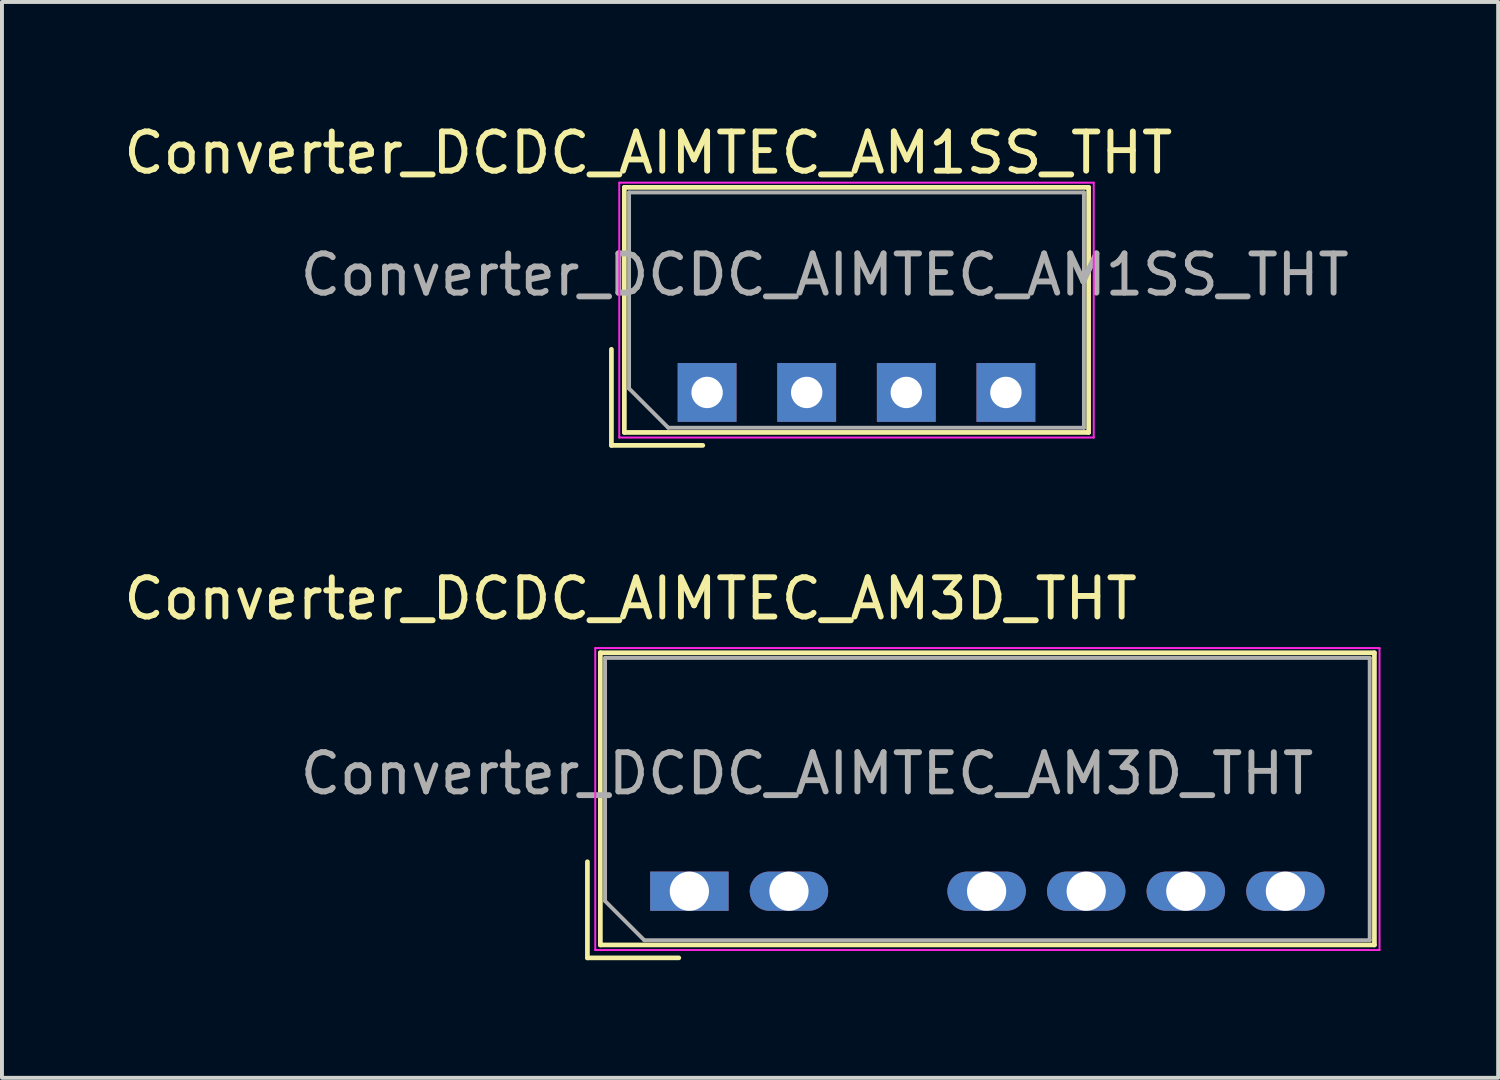
<source format=kicad_pcb>
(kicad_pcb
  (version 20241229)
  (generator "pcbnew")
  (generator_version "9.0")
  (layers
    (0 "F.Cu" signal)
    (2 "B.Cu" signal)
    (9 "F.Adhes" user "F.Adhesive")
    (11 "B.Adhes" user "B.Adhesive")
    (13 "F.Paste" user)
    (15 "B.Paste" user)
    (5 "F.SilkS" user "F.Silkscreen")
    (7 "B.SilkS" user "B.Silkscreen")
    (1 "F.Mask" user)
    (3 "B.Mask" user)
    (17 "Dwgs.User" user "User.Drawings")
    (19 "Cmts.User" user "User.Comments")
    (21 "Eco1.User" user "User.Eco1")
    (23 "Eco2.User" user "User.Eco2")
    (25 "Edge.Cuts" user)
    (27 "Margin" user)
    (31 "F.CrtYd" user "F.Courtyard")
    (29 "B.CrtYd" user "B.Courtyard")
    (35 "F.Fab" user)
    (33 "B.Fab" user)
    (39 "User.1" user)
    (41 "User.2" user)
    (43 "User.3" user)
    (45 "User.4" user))
  (footprint "Converter_DCDC_AIMTEC_AM1SS_THT"
    (layer "F.Cu")
    (at 14.982 6.958)
    (property "Reference" "Converter_DCDC_AIMTEC_AM1SS_THT" (at -1.5 -6.11 0) (layer "F.SilkS") (effects (font (size 1 1) (thickness 0.15))))
    (attr through_hole)
    (fp_line (start -2.44 -1.1) (end -2.44 1.35) (stroke (width 0.12) (type solid)) (layer "F.SilkS"))
    (fp_line (start -2.44 1.35) (end -0.11 1.35) (stroke (width 0.12) (type solid)) (layer "F.SilkS"))
    (fp_line (start -2.11 -5.23) (end 9.73 -5.23) (stroke (width 0.12) (type solid)) (layer "F.SilkS"))
    (fp_line (start -2.11 1.02) (end -2.11 -5.23) (stroke (width 0.12) (type solid)) (layer "F.SilkS"))
    (fp_line (start 9.73 -5.23) (end 9.73 1.02) (stroke (width 0.12) (type solid)) (layer "F.SilkS"))
    (fp_line (start 9.73 1.02) (end -2.11 1.02) (stroke (width 0.12) (type solid)) (layer "F.SilkS"))
    (fp_line (start -2.24 -5.35) (end 9.86 -5.35) (stroke (width 0.05) (type solid)) (layer "F.CrtYd"))
    (fp_line (start -2.24 1.15) (end -2.24 -5.35) (stroke (width 0.05) (type solid)) (layer "F.CrtYd"))
    (fp_line (start 9.86 -5.35) (end 9.86 1.15) (stroke (width 0.05) (type solid)) (layer "F.CrtYd"))
    (fp_line (start 9.86 1.15) (end -2.24 1.15) (stroke (width 0.05) (type solid)) (layer "F.CrtYd"))
    (fp_line (start -1.99 -5.1) (end 9.61 -5.1) (stroke (width 0.1) (type solid)) (layer "F.Fab"))
    (fp_line (start -1.99 -0.1) (end -1.99 -5.1) (stroke (width 0.1) (type solid)) (layer "F.Fab"))
    (fp_line (start -1.99 -0.1) (end -0.99 0.9) (stroke (width 0.1) (type solid)) (layer "F.Fab"))
    (fp_line (start -0.99 0.9) (end 9.61 0.9) (stroke (width 0.1) (type solid)) (layer "F.Fab"))
    (fp_line (start 9.61 0.9) (end 9.61 -5.1) (stroke (width 0.1) (type solid)) (layer "F.Fab"))
    (fp_text user "${REFERENCE}" (at 3 -3 0) (layer "F.Fab") (effects (font (size 1 1) (thickness 0.15))))
    (pad "1" thru_hole rect (at 0 0) (size 1.5 1.5) (drill 0.8) (layers "*.Cu" "*.Mask"))
    (pad "2" thru_hole rect (at 2.54 0) (size 1.5 1.5) (drill 0.8) (layers "*.Cu" "*.Mask"))
    (pad "3" thru_hole rect (at 5.08 0) (size 1.5 1.5) (drill 0.8) (layers "*.Cu" "*.Mask"))
    (pad "4" thru_hole rect (at 7.62 0) (size 1.5 1.5) (drill 0.8) (layers "*.Cu" "*.Mask")))
  (footprint "Converter_DCDC_AIMTEC_AM3D_THT"
    (layer "F.Cu")
    (at 14.53 19.677)
    (property "Reference" "Converter_DCDC_AIMTEC_AM3D_THT" (at -1.5 -7.46 0) (layer "F.SilkS") (effects (font (size 1 1) (thickness 0.15))))
    (attr through_hole)
    (fp_line (start -2.6 -0.75) (end -2.6 1.7) (stroke (width 0.12) (type solid)) (layer "F.SilkS"))
    (fp_line (start -2.6 1.7) (end -0.27 1.7) (stroke (width 0.12) (type solid)) (layer "F.SilkS"))
    (fp_line (start -2.27 -6.08) (end 17.47 -6.08) (stroke (width 0.12) (type solid)) (layer "F.SilkS"))
    (fp_line (start -2.27 1.37) (end -2.27 -6.08) (stroke (width 0.12) (type solid)) (layer "F.SilkS"))
    (fp_line (start 17.47 -6.08) (end 17.47 1.37) (stroke (width 0.12) (type solid)) (layer "F.SilkS"))
    (fp_line (start 17.47 1.37) (end -2.27 1.37) (stroke (width 0.12) (type solid)) (layer "F.SilkS"))
    (fp_line (start -2.4 -6.2) (end 17.6 -6.2) (stroke (width 0.05) (type solid)) (layer "F.CrtYd"))
    (fp_line (start -2.4 1.5) (end -2.4 -6.2) (stroke (width 0.05) (type solid)) (layer "F.CrtYd"))
    (fp_line (start 17.6 -6.2) (end 17.6 1.5) (stroke (width 0.05) (type solid)) (layer "F.CrtYd"))
    (fp_line (start 17.6 1.5) (end -2.4 1.5) (stroke (width 0.05) (type solid)) (layer "F.CrtYd"))
    (fp_line (start -2.15 -5.95) (end 17.35 -5.95) (stroke (width 0.1) (type solid)) (layer "F.Fab"))
    (fp_line (start -2.15 0.25) (end -2.15 -5.95) (stroke (width 0.1) (type solid)) (layer "F.Fab"))
    (fp_line (start -2.15 0.25) (end -1.15 1.25) (stroke (width 0.1) (type solid)) (layer "F.Fab"))
    (fp_line (start -1.15 1.25) (end 17.35 1.25) (stroke (width 0.1) (type solid)) (layer "F.Fab"))
    (fp_line (start 17.35 1.25) (end 17.35 -5.95) (stroke (width 0.1) (type solid)) (layer "F.Fab"))
    (fp_text user "${REFERENCE}" (at 3 -3 0) (layer "F.Fab") (effects (font (size 1 1) (thickness 0.15))))
    (pad "1" thru_hole rect (at 0 0) (size 2 1) (drill 1) (layers "*.Cu" "*.Mask"))
    (pad "2" thru_hole oval (at 2.54 0) (size 2 1) (drill 1) (layers "*.Cu" "*.Mask"))
    (pad "3" thru_hole oval (at 7.58 0) (size 2 1) (drill 1) (layers "*.Cu" "*.Mask"))
    (pad "5" thru_hole oval (at 10.12 0) (size 2 1) (drill 1) (layers "*.Cu" "*.Mask"))
    (pad "6" thru_hole oval (at 12.66 0) (size 2 1) (drill 1) (layers "*.Cu" "*.Mask"))
    (pad "7" thru_hole oval (at 15.2 0) (size 2 1) (drill 1) (layers "*.Cu" "*.Mask")))
  (gr_rect
    (start -3 -3)
    (end 35.155 24.436)
    (stroke (width 0.1) (type default))
    (fill no)
    (layer "Edge.Cuts")))
</source>
